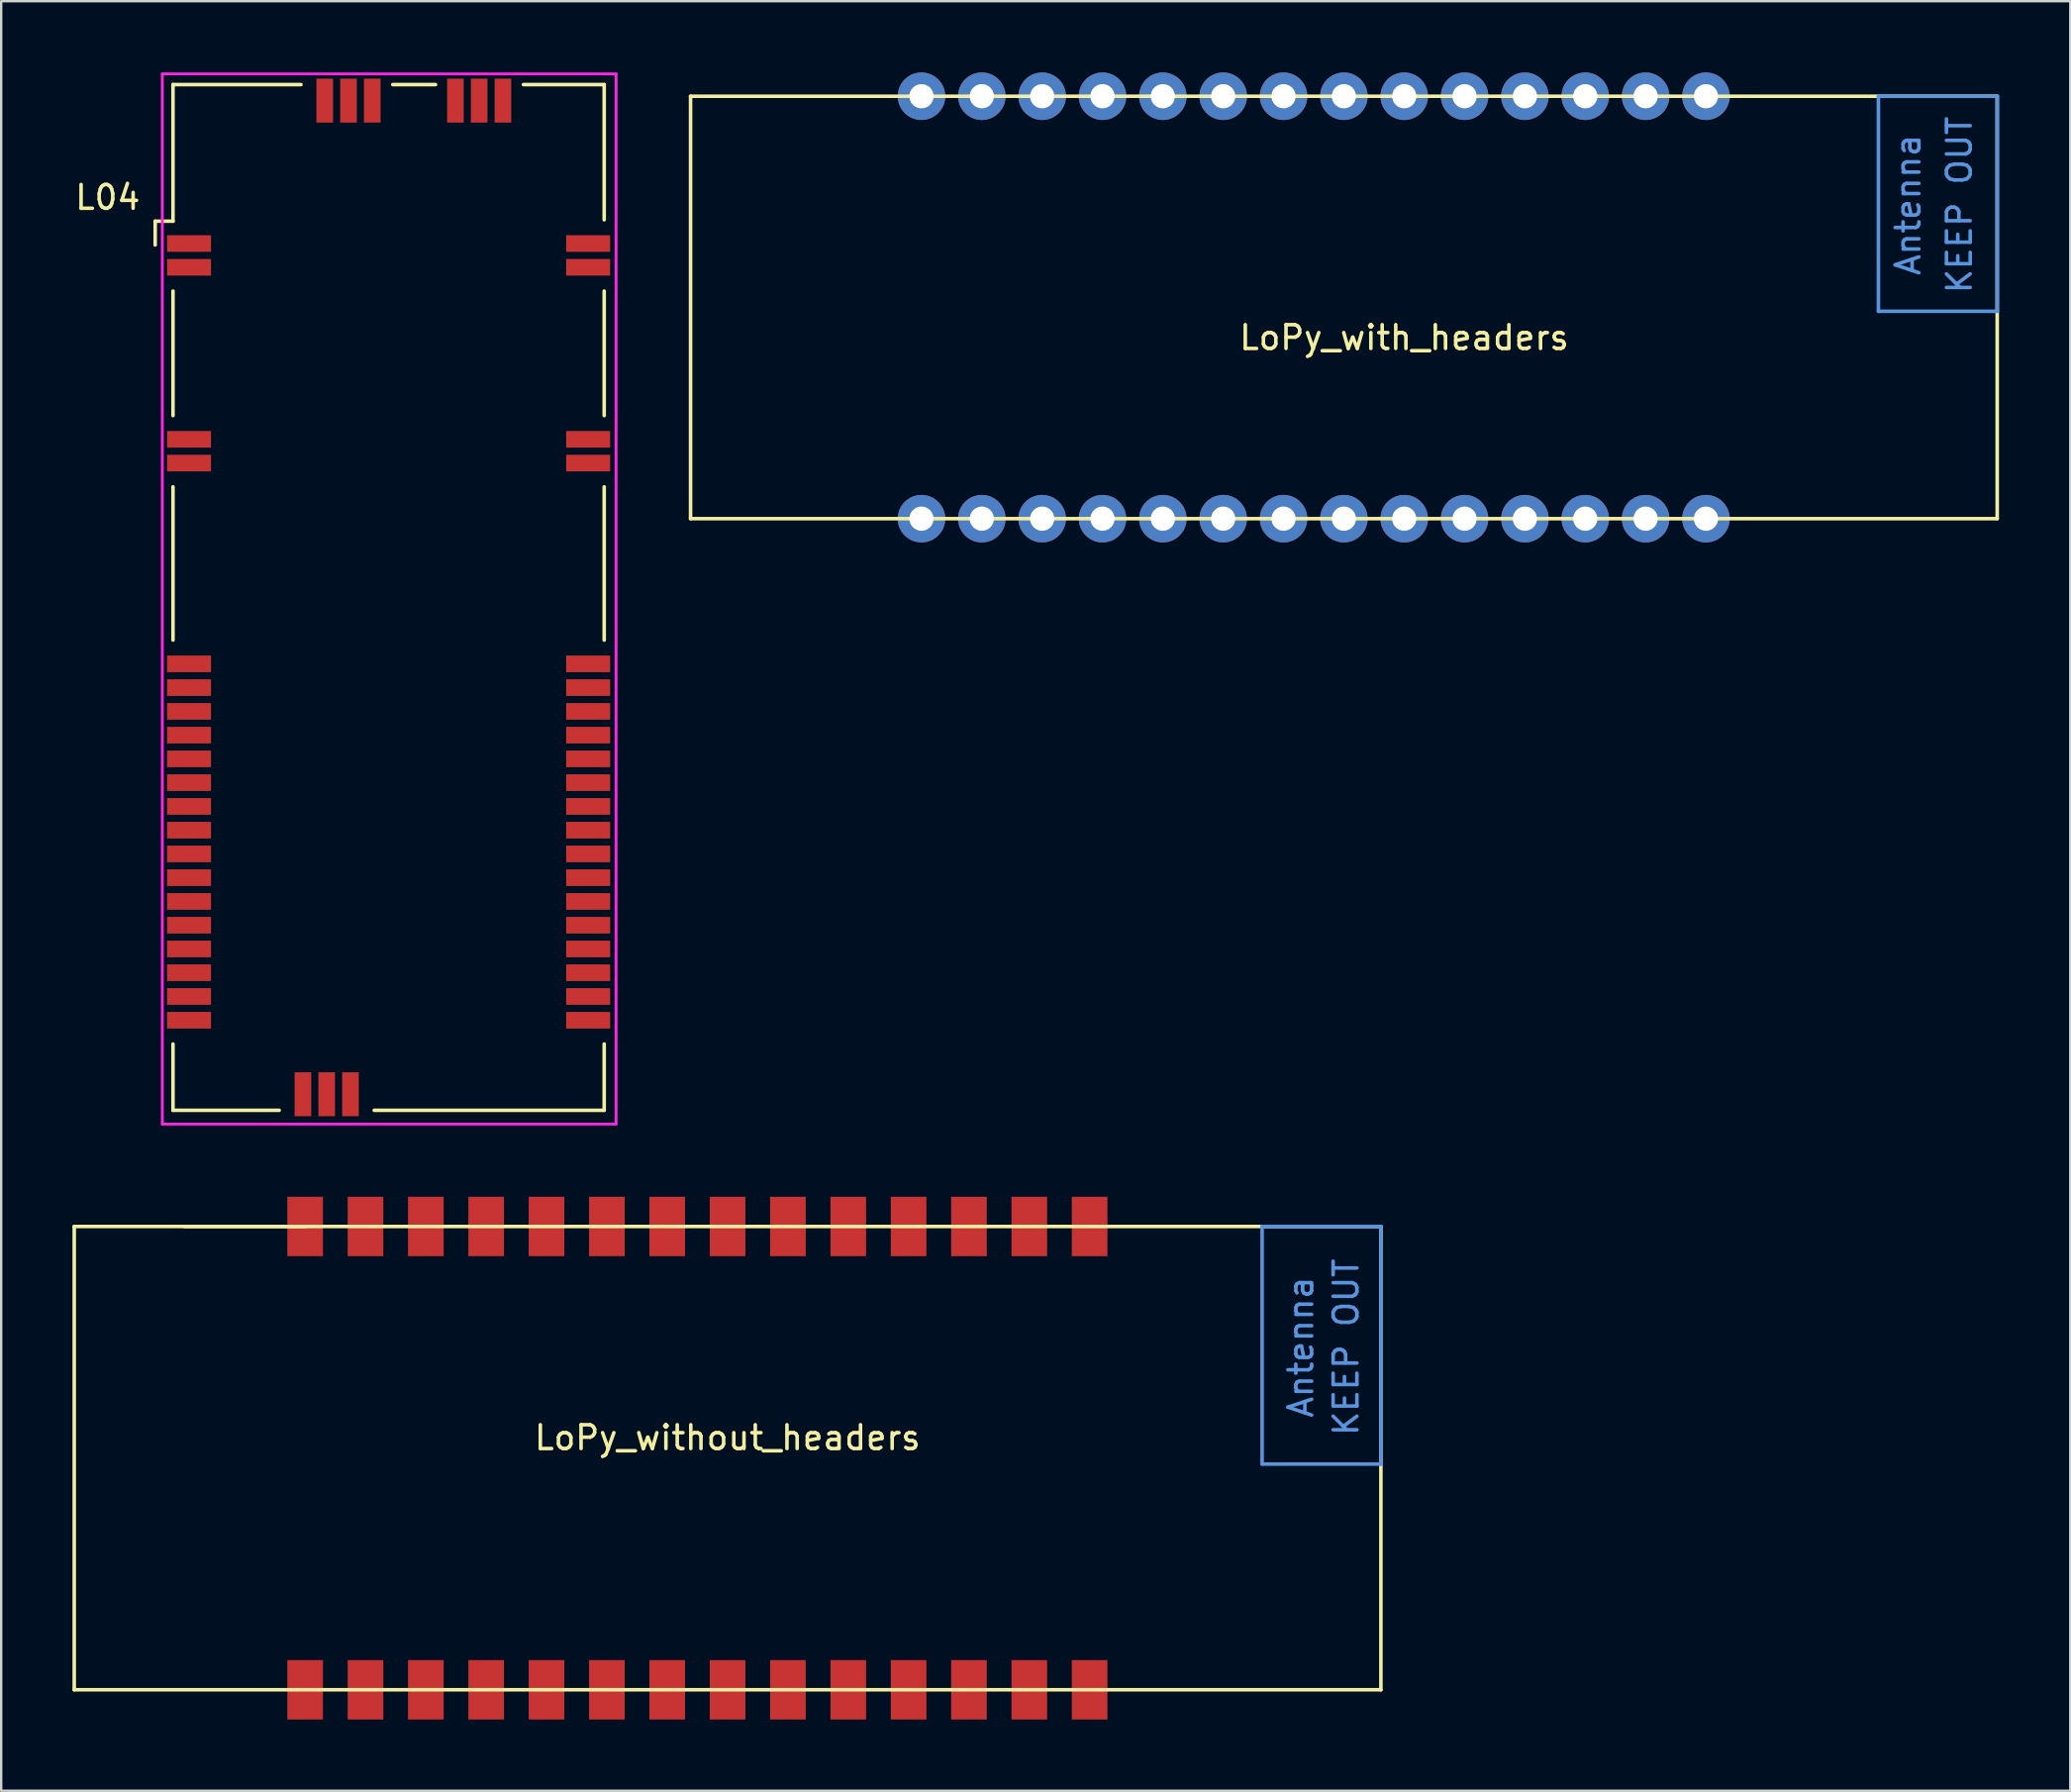
<source format=kicad_pcb>
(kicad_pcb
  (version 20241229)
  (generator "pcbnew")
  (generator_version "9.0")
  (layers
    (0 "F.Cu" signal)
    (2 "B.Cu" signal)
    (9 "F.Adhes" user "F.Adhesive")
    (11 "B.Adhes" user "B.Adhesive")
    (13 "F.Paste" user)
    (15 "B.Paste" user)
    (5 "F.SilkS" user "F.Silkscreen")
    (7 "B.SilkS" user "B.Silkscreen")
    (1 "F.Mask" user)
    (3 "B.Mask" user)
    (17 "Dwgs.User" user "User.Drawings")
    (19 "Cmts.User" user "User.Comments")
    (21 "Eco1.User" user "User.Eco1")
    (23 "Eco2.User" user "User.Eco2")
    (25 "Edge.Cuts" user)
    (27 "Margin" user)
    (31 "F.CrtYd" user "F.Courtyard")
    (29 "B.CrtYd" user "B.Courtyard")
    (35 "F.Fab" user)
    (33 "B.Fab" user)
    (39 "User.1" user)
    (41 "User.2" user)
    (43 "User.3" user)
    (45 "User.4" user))
  (footprint "L04"
    (layer "F.Cu")
    (at 4.482 0.76)
    (property "Reference" "L04" (at -3 4.5 180) (layer "F.SilkS") (effects (font (size 1 1) (thickness 0.15))))
    (attr through_hole)
    (fp_line (start -1 5.5) (end -1 6.5) (stroke (width 0.15) (type solid)) (layer "F.SilkS"))
    (fp_line (start -0.25 -0.25) (end -0.25 5.5) (stroke (width 0.15) (type solid)) (layer "F.SilkS"))
    (fp_line (start -0.25 -0.25) (end 5.137 -0.25) (stroke (width 0.15) (type solid)) (layer "F.SilkS"))
    (fp_line (start -0.25 5.5) (end -1 5.5) (stroke (width 0.15) (type solid)) (layer "F.SilkS"))
    (fp_line (start -0.25 8.44) (end -0.25 13.68) (stroke (width 0.15) (type solid)) (layer "F.SilkS"))
    (fp_line (start -0.25 16.68) (end -0.25 23.13) (stroke (width 0.15) (type solid)) (layer "F.SilkS"))
    (fp_line (start -0.25 42.92) (end -0.25 40.13) (stroke (width 0.15) (type solid)) (layer "F.SilkS"))
    (fp_line (start -0.25 42.92) (end 4.22 42.92) (stroke (width 0.15) (type solid)) (layer "F.SilkS"))
    (fp_line (start 9 -0.25) (end 10.8 -0.25) (stroke (width 0.15) (type solid)) (layer "F.SilkS"))
    (fp_line (start 14.5 -0.25) (end 17.9 -0.25) (stroke (width 0.15) (type solid)) (layer "F.SilkS"))
    (fp_line (start 17.9 5.44) (end 17.9 -0.25) (stroke (width 0.15) (type solid)) (layer "F.SilkS"))
    (fp_line (start 17.9 13.68) (end 17.9 8.44) (stroke (width 0.15) (type solid)) (layer "F.SilkS"))
    (fp_line (start 17.9 23.13) (end 17.9 16.68) (stroke (width 0.15) (type solid)) (layer "F.SilkS"))
    (fp_line (start 17.9 40.13) (end 17.9 42.92) (stroke (width 0.15) (type solid)) (layer "F.SilkS"))
    (fp_line (start 17.9 42.92) (end 8.22 42.92) (stroke (width 0.15) (type solid)) (layer "F.SilkS"))
    (fp_line (start -0.7 -0.7) (end 18.4 -0.7) (stroke (width 0.12) (type solid)) (layer "F.CrtYd"))
    (fp_line (start -0.7 43.5) (end -0.7 -0.7) (stroke (width 0.12) (type solid)) (layer "F.CrtYd"))
    (fp_line (start 18.4 -0.7) (end 18.4 43.5) (stroke (width 0.12) (type solid)) (layer "F.CrtYd"))
    (fp_line (start 18.4 43.5) (end -0.7 43.5) (stroke (width 0.12) (type solid)) (layer "F.CrtYd"))
    (pad "1" smd rect (at 0.425 6.44) (size 1.85 0.7) (layers "F.Cu" "F.Mask" "F.Paste"))
    (pad "2" smd rect (at 0.425 7.44) (size 1.85 0.7) (layers "F.Cu" "F.Mask" "F.Paste"))
    (pad "3" smd rect (at 0.425 14.68) (size 1.85 0.7) (layers "F.Cu" "F.Mask" "F.Paste"))
    (pad "4" smd rect (at 0.425 15.68) (size 1.85 0.7) (layers "F.Cu" "F.Mask" "F.Paste"))
    (pad "5" smd rect (at 0.425 24.13) (size 1.85 0.7) (layers "F.Cu" "F.Mask" "F.Paste"))
    (pad "6" smd rect (at 0.425 25.13) (size 1.85 0.7) (layers "F.Cu" "F.Mask" "F.Paste"))
    (pad "7" smd rect (at 0.425 26.13) (size 1.85 0.7) (layers "F.Cu" "F.Mask" "F.Paste"))
    (pad "8" smd rect (at 0.425 27.13) (size 1.85 0.7) (layers "F.Cu" "F.Mask" "F.Paste"))
    (pad "9" smd rect (at 0.425 28.13) (size 1.85 0.7) (layers "F.Cu" "F.Mask" "F.Paste"))
    (pad "10" smd rect (at 0.425 29.13) (size 1.85 0.7) (layers "F.Cu" "F.Mask" "F.Paste"))
    (pad "11" smd rect (at 0.425 30.13) (size 1.85 0.7) (layers "F.Cu" "F.Mask" "F.Paste"))
    (pad "12" smd rect (at 0.425 31.13) (size 1.85 0.7) (layers "F.Cu" "F.Mask" "F.Paste"))
    (pad "13" smd rect (at 0.425 32.13) (size 1.85 0.7) (layers "F.Cu" "F.Mask" "F.Paste"))
    (pad "14" smd rect (at 0.425 33.13) (size 1.85 0.7) (layers "F.Cu" "F.Mask" "F.Paste"))
    (pad "15" smd rect (at 0.425 34.13) (size 1.85 0.7) (layers "F.Cu" "F.Mask" "F.Paste"))
    (pad "16" smd rect (at 0.425 35.13) (size 1.85 0.7) (layers "F.Cu" "F.Mask" "F.Paste"))
    (pad "17" smd rect (at 0.425 36.13) (size 1.85 0.7) (layers "F.Cu" "F.Mask" "F.Paste"))
    (pad "18" smd rect (at 0.425 37.13) (size 1.85 0.7) (layers "F.Cu" "F.Mask" "F.Paste"))
    (pad "19" smd rect (at 0.425 38.13) (size 1.85 0.7) (layers "F.Cu" "F.Mask" "F.Paste"))
    (pad "20" smd rect (at 0.425 39.13) (size 1.85 0.7) (layers "F.Cu" "F.Mask" "F.Paste"))
    (pad "21" smd rect (at 5.22 42.245 90) (size 1.85 0.7) (layers "F.Cu" "F.Mask" "F.Paste"))
    (pad "22" smd rect (at 6.22 42.245 90) (size 1.85 0.7) (layers "F.Cu" "F.Mask" "F.Paste"))
    (pad "23" smd rect (at 7.22 42.245 90) (size 1.85 0.7) (layers "F.Cu" "F.Mask" "F.Paste"))
    (pad "24" smd rect (at 17.225 39.13) (size 1.85 0.7) (layers "F.Cu" "F.Mask" "F.Paste"))
    (pad "25" smd rect (at 17.225 38.13) (size 1.85 0.7) (layers "F.Cu" "F.Mask" "F.Paste"))
    (pad "26" smd rect (at 17.225 37.13) (size 1.85 0.7) (layers "F.Cu" "F.Mask" "F.Paste"))
    (pad "27" smd rect (at 17.225 36.13) (size 1.85 0.7) (layers "F.Cu" "F.Mask" "F.Paste"))
    (pad "28" smd rect (at 17.225 35.13) (size 1.85 0.7) (layers "F.Cu" "F.Mask" "F.Paste"))
    (pad "29" smd rect (at 17.225 34.13) (size 1.85 0.7) (layers "F.Cu" "F.Mask" "F.Paste"))
    (pad "30" smd rect (at 17.225 33.13) (size 1.85 0.7) (layers "F.Cu" "F.Mask" "F.Paste"))
    (pad "31" smd rect (at 17.225 32.13) (size 1.85 0.7) (layers "F.Cu" "F.Mask" "F.Paste"))
    (pad "32" smd rect (at 17.225 31.13) (size 1.85 0.7) (layers "F.Cu" "F.Mask" "F.Paste"))
    (pad "33" smd rect (at 17.225 30.13) (size 1.85 0.7) (layers "F.Cu" "F.Mask" "F.Paste"))
    (pad "34" smd rect (at 17.225 29.13) (size 1.85 0.7) (layers "F.Cu" "F.Mask" "F.Paste"))
    (pad "35" smd rect (at 17.225 28.13) (size 1.85 0.7) (layers "F.Cu" "F.Mask" "F.Paste"))
    (pad "36" smd rect (at 17.225 27.13) (size 1.85 0.7) (layers "F.Cu" "F.Mask" "F.Paste"))
    (pad "37" smd rect (at 17.225 26.13) (size 1.85 0.7) (layers "F.Cu" "F.Mask" "F.Paste"))
    (pad "38" smd rect (at 17.225 25.13) (size 1.85 0.7) (layers "F.Cu" "F.Mask" "F.Paste"))
    (pad "39" smd rect (at 17.225 24.13) (size 1.85 0.7) (layers "F.Cu" "F.Mask" "F.Paste"))
    (pad "40" smd rect (at 17.225 15.68) (size 1.85 0.7) (layers "F.Cu" "F.Mask" "F.Paste"))
    (pad "41" smd rect (at 17.225 14.68) (size 1.85 0.7) (layers "F.Cu" "F.Mask" "F.Paste"))
    (pad "42" smd rect (at 17.225 7.44) (size 1.85 0.7) (layers "F.Cu" "F.Mask" "F.Paste"))
    (pad "43" smd rect (at 17.225 6.44) (size 1.85 0.7) (layers "F.Cu" "F.Mask" "F.Paste"))
    (pad "44" smd rect (at 13.637 0.425 90) (size 1.85 0.7) (layers "F.Cu" "F.Mask" "F.Paste"))
    (pad "45" smd rect (at 12.637 0.425 90) (size 1.85 0.7) (layers "F.Cu" "F.Mask" "F.Paste"))
    (pad "46" smd rect (at 11.637 0.425 90) (size 1.85 0.7) (layers "F.Cu" "F.Mask" "F.Paste"))
    (pad "47" smd rect (at 8.137 0.425 90) (size 1.85 0.7) (layers "F.Cu" "F.Mask" "F.Paste"))
    (pad "48" smd rect (at 7.137 0.425 90) (size 1.85 0.7) (layers "F.Cu" "F.Mask" "F.Paste"))
    (pad "49" smd rect (at 6.137 0.425 90) (size 1.85 0.7) (layers "F.Cu" "F.Mask" "F.Paste")))
  (footprint "LoPy_with_headers"
    (layer "F.Cu")
    (at 35.737 18.78)
    (property "Reference" "LoPy_with_headers" (at 20.32 -7.62 0) (layer "F.SilkS") (effects (font (size 1 1) (thickness 0.15))))
    (attr through_hole)
    (fp_line (start -9.72 -17.78) (end -9.72 0) (stroke (width 0.15) (type solid)) (layer "F.SilkS"))
    (fp_line (start -9.72 0) (end 45.28 0) (stroke (width 0.15) (type solid)) (layer "F.SilkS"))
    (fp_line (start 45.28 -17.78) (end -9.72 -17.78) (stroke (width 0.15) (type solid)) (layer "F.SilkS"))
    (fp_line (start 45.28 0) (end 45.28 -17.78) (stroke (width 0.15) (type solid)) (layer "F.SilkS"))
    (fp_line (start 40.28 -17.78) (end 40.28 -8.73) (stroke (width 0.15) (type solid)) (layer "Cmts.User"))
    (fp_line (start 40.28 -8.73) (end 45.28 -8.73) (stroke (width 0.15) (type solid)) (layer "Cmts.User"))
    (fp_line (start 45.28 -17.78) (end 40.28 -17.78) (stroke (width 0.15) (type solid)) (layer "Cmts.User"))
    (fp_line (start 45.28 -8.73) (end 45.28 -17.78) (stroke (width 0.15) (type solid)) (layer "Cmts.User"))
    (fp_text user "KEEP OUT" (at 43.688 -13.208 90) (layer "Cmts.User") (effects (font (size 1 1) (thickness 0.15))))
    (fp_text user "Antenna" (at 41.529 -13.208 90) (layer "Cmts.User") (effects (font (size 1 1) (thickness 0.15))))
    (pad "1" thru_hole circle (at 0 0) (size 2 2) (drill 1.02) (layers "*.Cu" "*.Mask"))
    (pad "2" thru_hole circle (at 2.54 0) (size 2 2) (drill 1.02) (layers "*.Cu" "*.Mask"))
    (pad "3" thru_hole circle (at 5.08 0) (size 2 2) (drill 1.02) (layers "*.Cu" "*.Mask"))
    (pad "4" thru_hole circle (at 7.62 0) (size 2 2) (drill 1.02) (layers "*.Cu" "*.Mask"))
    (pad "5" thru_hole circle (at 10.16 0) (size 2 2) (drill 1.02) (layers "*.Cu" "*.Mask"))
    (pad "6" thru_hole circle (at 12.7 0) (size 2 2) (drill 1.02) (layers "*.Cu" "*.Mask"))
    (pad "7" thru_hole circle (at 15.24 0) (size 2 2) (drill 1.02) (layers "*.Cu" "*.Mask"))
    (pad "8" thru_hole circle (at 17.78 0) (size 2 2) (drill 1.02) (layers "*.Cu" "*.Mask"))
    (pad "9" thru_hole circle (at 20.32 0) (size 2 2) (drill 1.02) (layers "*.Cu" "*.Mask"))
    (pad "10" thru_hole circle (at 22.86 0) (size 2 2) (drill 1.02) (layers "*.Cu" "*.Mask"))
    (pad "11" thru_hole circle (at 25.4 0) (size 2 2) (drill 1.02) (layers "*.Cu" "*.Mask"))
    (pad "12" thru_hole circle (at 27.94 0) (size 2 2) (drill 1.02) (layers "*.Cu" "*.Mask"))
    (pad "13" thru_hole circle (at 30.48 0) (size 2 2) (drill 1.02) (layers "*.Cu" "*.Mask"))
    (pad "14" thru_hole circle (at 33.02 0) (size 2 2) (drill 1.02) (layers "*.Cu" "*.Mask"))
    (pad "15" thru_hole circle (at 33.02 -17.78) (size 2 2) (drill 1.02) (layers "*.Cu" "*.Mask"))
    (pad "16" thru_hole circle (at 30.48 -17.78) (size 2 2) (drill 1.02) (layers "*.Cu" "*.Mask"))
    (pad "17" thru_hole circle (at 27.94 -17.78) (size 2 2) (drill 1.02) (layers "*.Cu" "*.Mask"))
    (pad "18" thru_hole circle (at 25.4 -17.78) (size 2 2) (drill 1.02) (layers "*.Cu" "*.Mask"))
    (pad "19" thru_hole circle (at 22.86 -17.78) (size 2 2) (drill 1.02) (layers "*.Cu" "*.Mask"))
    (pad "20" thru_hole circle (at 20.32 -17.78) (size 2 2) (drill 1.02) (layers "*.Cu" "*.Mask"))
    (pad "21" thru_hole circle (at 17.78 -17.78) (size 2 2) (drill 1.02) (layers "*.Cu" "*.Mask"))
    (pad "22" thru_hole circle (at 15.24 -17.78) (size 2 2) (drill 1.02) (layers "*.Cu" "*.Mask"))
    (pad "23" thru_hole circle (at 12.7 -17.78) (size 2 2) (drill 1.02) (layers "*.Cu" "*.Mask"))
    (pad "24" thru_hole circle (at 10.16 -17.78) (size 2 2) (drill 1.02) (layers "*.Cu" "*.Mask"))
    (pad "25" thru_hole circle (at 7.62 -17.78) (size 2 2) (drill 1.02) (layers "*.Cu" "*.Mask"))
    (pad "26" thru_hole circle (at 5.08 -17.78) (size 2 2) (drill 1.02) (layers "*.Cu" "*.Mask"))
    (pad "27" thru_hole circle (at 2.54 -17.78) (size 2 2) (drill 1.02) (layers "*.Cu" "*.Mask"))
    (pad "28" thru_hole circle (at 0 -17.78) (size 2 2) (drill 1.02) (layers "*.Cu" "*.Mask")))
  (footprint "LoPy_without_headers"
    (layer "F.Cu")
    (at 9.795 48.57)
    (property "Reference" "LoPy_without_headers" (at 17.78 8.89 0) (layer "F.SilkS") (effects (font (size 1 1) (thickness 0.15))))
    (attr through_hole)
    (fp_line (start -9.72 0) (end 0 0) (stroke (width 0.15) (type solid)) (layer "F.SilkS"))
    (fp_line (start -9.72 19.5) (end -9.72 0) (stroke (width 0.15) (type solid)) (layer "F.SilkS"))
    (fp_line (start -5.08 0) (end 45.28 0) (stroke (width 0.15) (type solid)) (layer "F.SilkS"))
    (fp_line (start 45.28 0) (end 45.28 19.5) (stroke (width 0.15) (type solid)) (layer "F.SilkS"))
    (fp_line (start 45.28 19.5) (end -9.72 19.5) (stroke (width 0.15) (type solid)) (layer "F.SilkS"))
    (fp_line (start 40.28 0) (end 40.28 10) (stroke (width 0.15) (type solid)) (layer "Cmts.User"))
    (fp_line (start 40.28 10) (end 45.28 10) (stroke (width 0.15) (type solid)) (layer "Cmts.User"))
    (fp_line (start 45.28 0) (end 40.28 0) (stroke (width 0.15) (type solid)) (layer "Cmts.User"))
    (fp_line (start 45.28 10) (end 45.28 0) (stroke (width 0.15) (type solid)) (layer "Cmts.User"))
    (fp_text user "Antenna" (at 41.91 5.08 90) (layer "Cmts.User") (effects (font (size 1 1) (thickness 0.15))))
    (fp_text user "KEEP OUT" (at 43.815 5.08 90) (layer "Cmts.User") (effects (font (size 1 1) (thickness 0.15))))
    (pad "1" smd rect (at 0 19.5) (size 1.5 2.5) (layers "F.Cu" "F.Mask" "F.Paste"))
    (pad "2" smd rect (at 2.54 19.5) (size 1.5 2.5) (layers "F.Cu" "F.Mask" "F.Paste"))
    (pad "3" smd rect (at 5.08 19.5) (size 1.5 2.5) (layers "F.Cu" "F.Mask" "F.Paste"))
    (pad "4" smd rect (at 7.62 19.5) (size 1.5 2.5) (layers "F.Cu" "F.Mask" "F.Paste"))
    (pad "5" smd rect (at 10.16 19.5) (size 1.5 2.5) (layers "F.Cu" "F.Mask" "F.Paste"))
    (pad "6" smd rect (at 12.7 19.5) (size 1.5 2.5) (layers "F.Cu" "F.Mask" "F.Paste"))
    (pad "7" smd rect (at 15.24 19.5) (size 1.5 2.5) (layers "F.Cu" "F.Mask" "F.Paste"))
    (pad "8" smd rect (at 17.78 19.5) (size 1.5 2.5) (layers "F.Cu" "F.Mask" "F.Paste"))
    (pad "9" smd rect (at 20.32 19.5) (size 1.5 2.5) (layers "F.Cu" "F.Mask" "F.Paste"))
    (pad "10" smd rect (at 22.86 19.5) (size 1.5 2.5) (layers "F.Cu" "F.Mask" "F.Paste"))
    (pad "11" smd rect (at 25.4 19.5) (size 1.5 2.5) (layers "F.Cu" "F.Mask" "F.Paste"))
    (pad "12" smd rect (at 27.94 19.5) (size 1.5 2.5) (layers "F.Cu" "F.Mask" "F.Paste"))
    (pad "13" smd rect (at 30.48 19.5) (size 1.5 2.5) (layers "F.Cu" "F.Mask" "F.Paste"))
    (pad "14" smd rect (at 33.02 19.5) (size 1.5 2.5) (layers "F.Cu" "F.Mask" "F.Paste"))
    (pad "15" smd rect (at 33.02 0) (size 1.5 2.5) (layers "F.Cu" "F.Mask" "F.Paste"))
    (pad "16" smd rect (at 30.48 0) (size 1.5 2.5) (layers "F.Cu" "F.Mask" "F.Paste"))
    (pad "17" smd rect (at 27.94 0) (size 1.5 2.5) (layers "F.Cu" "F.Mask" "F.Paste"))
    (pad "18" smd rect (at 25.4 0) (size 1.5 2.5) (layers "F.Cu" "F.Mask" "F.Paste"))
    (pad "19" smd rect (at 22.86 0) (size 1.5 2.5) (layers "F.Cu" "F.Mask" "F.Paste"))
    (pad "20" smd rect (at 20.32 0) (size 1.5 2.5) (layers "F.Cu" "F.Mask" "F.Paste"))
    (pad "21" smd rect (at 17.78 0) (size 1.5 2.5) (layers "F.Cu" "F.Mask" "F.Paste"))
    (pad "22" smd rect (at 15.24 0) (size 1.5 2.5) (layers "F.Cu" "F.Mask" "F.Paste"))
    (pad "23" smd rect (at 12.7 0) (size 1.5 2.5) (layers "F.Cu" "F.Mask" "F.Paste"))
    (pad "24" smd rect (at 10.16 0) (size 1.5 2.5) (layers "F.Cu" "F.Mask" "F.Paste"))
    (pad "25" smd rect (at 7.62 0) (size 1.5 2.5) (layers "F.Cu" "F.Mask" "F.Paste"))
    (pad "26" smd rect (at 5.08 0) (size 1.5 2.5) (layers "F.Cu" "F.Mask" "F.Paste"))
    (pad "27" smd rect (at 2.54 0) (size 1.5 2.5) (layers "F.Cu" "F.Mask" "F.Paste"))
    (pad "28" smd rect (at 0 0) (size 1.5 2.5) (layers "F.Cu" "F.Mask" "F.Paste")))
  (gr_rect
    (start -3 -3)
    (end 84.092 72.32)
    (stroke (width 0.1) (type default))
    (fill no)
    (layer "Edge.Cuts")))
</source>
